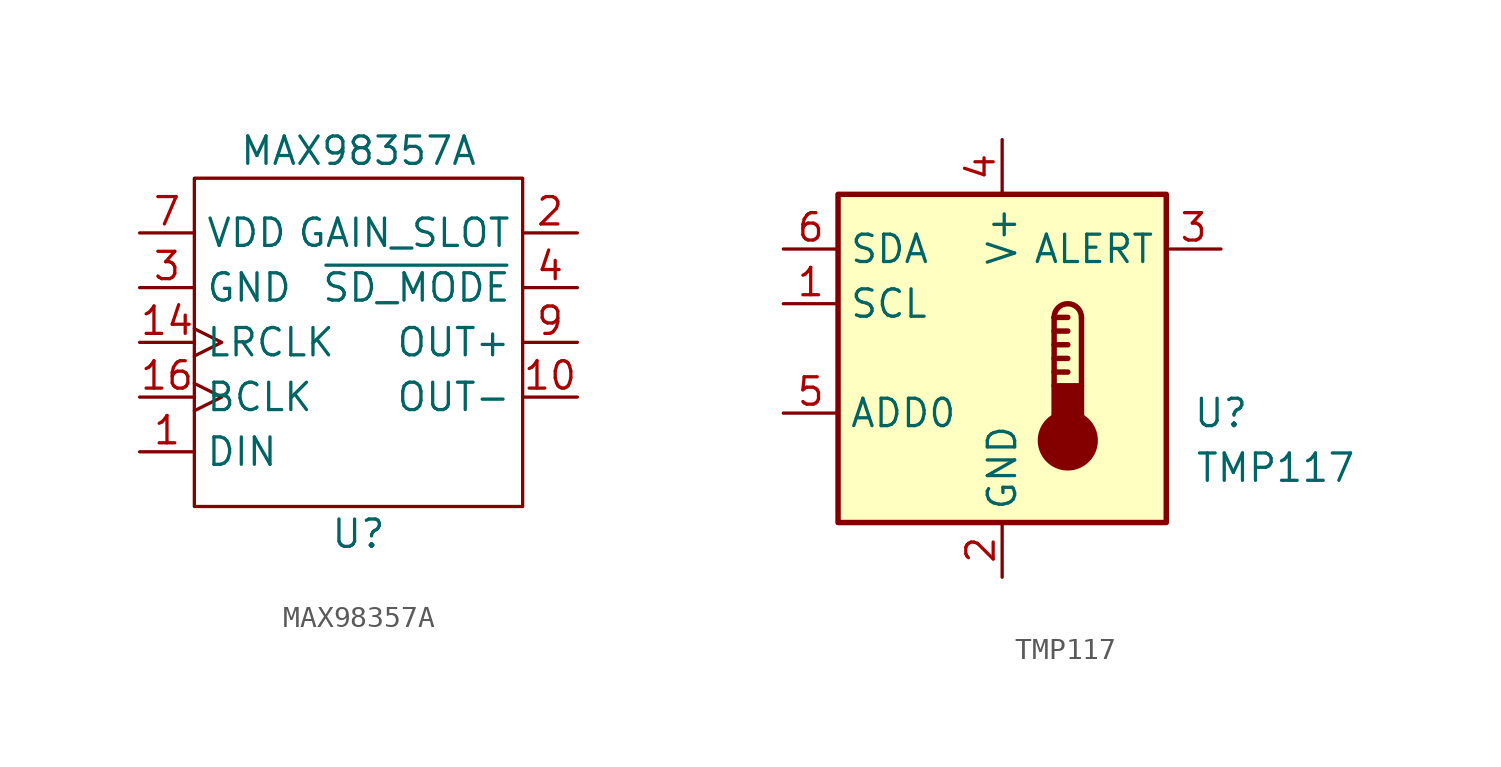
<source format=kicad_sym>
(kicad_symbol_lib
  (version 20211014)
  (generator kicad_symbol_editor)
  (symbol "MAX98357A"
    (property "Reference" "U"
      (at 0 -8.89 0)
      (effects (font (size 1.27 1.27))))
    (property "Value" "MAX98357A"
      (at 0 8.89 0)
      (effects (font (size 1.27 1.27))))
    (symbol "MAX98357A_0_1"
      (rectangle (start -7.62 7.62) (end 7.62 -7.62) (stroke (width 0.152) (type default) (color 0 0 0 0)) (fill (type none))))
    (symbol "MAX98357A_1_1"
      (pin input line (at -10.16 -5.08 0) (length 2.54) (name "DIN" (effects (font (size 1.27 1.27)))) (number "1" (effects (font (size 1.27 1.27)))))
      (pin output line (at 10.16 -2.54 180) (length 2.54) (name "OUT-" (effects (font (size 1.27 1.27)))) (number "10" (effects (font (size 1.27 1.27)))))
      (pin power_in line (at -10.16 2.54 0) (length 2.54) hide (name "GND" (effects (font (size 1.27 1.27)))) (number "11" (effects (font (size 1.27 1.27)))))
      (pin input clock (at -10.16 0 0) (length 2.54) (name "LRCLK" (effects (font (size 1.27 1.27)))) (number "14" (effects (font (size 1.27 1.27)))))
      (pin power_in line (at -10.16 2.54 0) (length 2.54) hide (name "GND" (effects (font (size 1.27 1.27)))) (number "15" (effects (font (size 1.27 1.27)))))
      (pin input clock (at -10.16 -2.54 0) (length 2.54) (name "BCLK" (effects (font (size 1.27 1.27)))) (number "16" (effects (font (size 1.27 1.27)))))
      (pin passive line (at -10.16 2.54 0) (length 2.54) hide (name "GND" (effects (font (size 1.27 1.27)))) (number "17" (effects (font (size 1.27 1.27)))))
      (pin input line (at 10.16 5.08 180) (length 2.54) (name "GAIN_SLOT" (effects (font (size 1.27 1.27)))) (number "2" (effects (font (size 1.27 1.27)))))
      (pin power_in line (at -10.16 2.54 0) (length 2.54) (name "GND" (effects (font (size 1.27 1.27)))) (number "3" (effects (font (size 1.27 1.27)))))
      (pin input line (at 10.16 2.54 180) (length 2.54) (name "~{SD_MODE}" (effects (font (size 1.27 1.27)))) (number "4" (effects (font (size 1.27 1.27)))))
      (pin power_in line (at -10.16 5.08 0) (length 2.54) (name "VDD" (effects (font (size 1.27 1.27)))) (number "7" (effects (font (size 1.27 1.27)))))
      (pin power_in line (at -10.16 5.08 0) (length 2.54) hide (name "VDD" (effects (font (size 1.27 1.27)))) (number "8" (effects (font (size 1.27 1.27)))))
      (pin output line (at 10.16 0 180) (length 2.54) (name "OUT+" (effects (font (size 1.27 1.27)))) (number "9" (effects (font (size 1.27 1.27)))))))
  (symbol "TMP117"
    (property "Reference" "U"
      (at 10.16 -2.54 0)
      (effects (font (size 1.27 1.27))))
    (property "Value" "TMP117"
      (at 12.7 -5.08 0)
      (effects (font (size 1.27 1.27))))
    (symbol "TMP117_0_1"
      (rectangle (start -7.62 7.62) (end 7.62 -7.62) (stroke (width 0.254) (type default) (color 0 0 0 0)) (fill (type background))))
    (symbol "TMP117_1_1"
      (polyline (pts (xy 2.413 -0.635) (xy 3.048 -0.635)) (stroke (width 0.254) (type default) (color 0 0 0 0)) (fill (type none)))
      (polyline (pts (xy 2.413 0) (xy 3.048 0)) (stroke (width 0.254) (type default) (color 0 0 0 0)) (fill (type none)))
      (polyline (pts (xy 2.413 0.635) (xy 3.048 0.635)) (stroke (width 0.254) (type default) (color 0 0 0 0)) (fill (type none)))
      (polyline (pts (xy 2.413 1.27) (xy 3.048 1.27)) (stroke (width 0.254) (type default) (color 0 0 0 0)) (fill (type none)))
      (polyline (pts (xy 2.413 1.905) (xy 2.413 -1.27)) (stroke (width 0.254) (type default) (color 0 0 0 0)) (fill (type none)))
      (polyline (pts (xy 2.413 1.905) (xy 3.048 1.905)) (stroke (width 0.254) (type default) (color 0 0 0 0)) (fill (type none)))
      (polyline (pts (xy 3.683 1.905) (xy 3.683 -1.27)) (stroke (width 0.254) (type default) (color 0 0 0 0)) (fill (type none)))
      (circle (center 3.048 -3.81) (radius 1.27) (stroke (width 0.254) (type default) (color 0 0 0 0)) (fill (type outline)))
      (rectangle (start 3.683 -3.175) (end 2.413 -1.27) (stroke (width 0.254) (type default) (color 0 0 0 0)) (fill (type outline)))
      (arc (start 3.683 1.905) (mid 3.048 2.54) (end 2.413 1.905) (stroke (width 0.254) (type default) (color 0 0 0 0)) (fill (type none)))
      (pin input line (at -10.16 2.54 0) (length 2.54) (name "SCL" (effects (font (size 1.27 1.27)))) (number "1" (effects (font (size 1.27 1.27)))))
      (pin power_in line (at 0 -10.16 90) (length 2.54) (name "GND" (effects (font (size 1.27 1.27)))) (number "2" (effects (font (size 1.27 1.27)))))
      (pin open_collector line (at 10.16 5.08 180) (length 2.54) (name "ALERT" (effects (font (size 1.27 1.27)))) (number "3" (effects (font (size 1.27 1.27)))))
      (pin power_in line (at 0 10.16 270) (length 2.54) (name "V+" (effects (font (size 1.27 1.27)))) (number "4" (effects (font (size 1.27 1.27)))))
      (pin input line (at -10.16 -2.54 0) (length 2.54) (name "ADD0" (effects (font (size 1.27 1.27)))) (number "5" (effects (font (size 1.27 1.27)))))
      (pin bidirectional line (at -10.16 5.08 0) (length 2.54) (name "SDA" (effects (font (size 1.27 1.27)))) (number "6" (effects (font (size 1.27 1.27)))))
      (pin power_in line (at 0 -10.16 90) (length 2.54) hide (name "GND" (effects (font (size 1.27 1.27)))) (number "7" (effects (font (size 1.27 1.27))))))))
</source>
